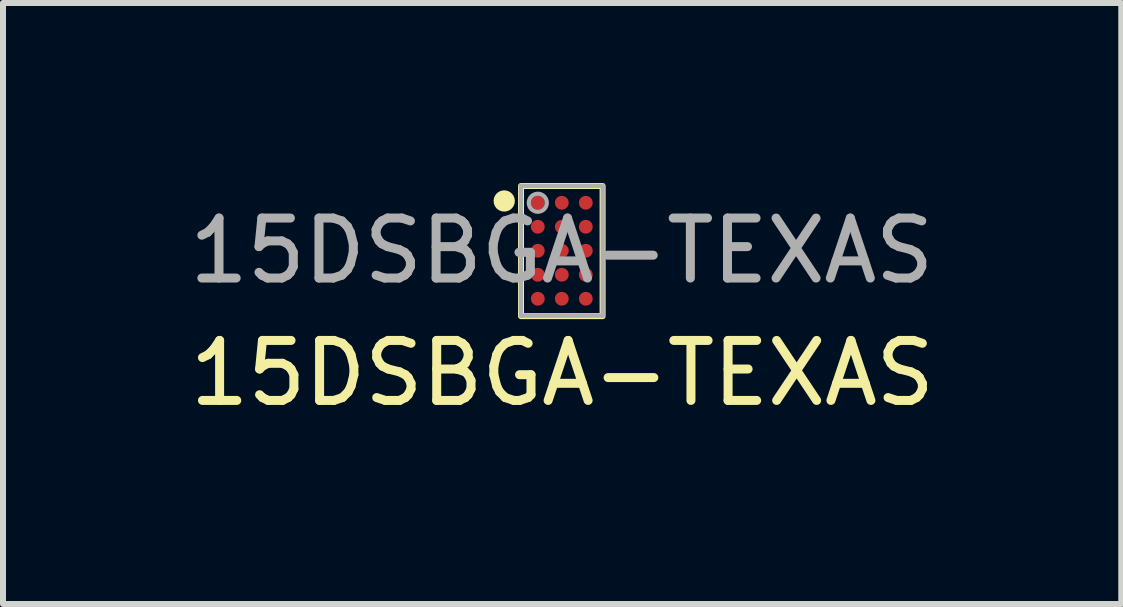
<source format=kicad_pcb>
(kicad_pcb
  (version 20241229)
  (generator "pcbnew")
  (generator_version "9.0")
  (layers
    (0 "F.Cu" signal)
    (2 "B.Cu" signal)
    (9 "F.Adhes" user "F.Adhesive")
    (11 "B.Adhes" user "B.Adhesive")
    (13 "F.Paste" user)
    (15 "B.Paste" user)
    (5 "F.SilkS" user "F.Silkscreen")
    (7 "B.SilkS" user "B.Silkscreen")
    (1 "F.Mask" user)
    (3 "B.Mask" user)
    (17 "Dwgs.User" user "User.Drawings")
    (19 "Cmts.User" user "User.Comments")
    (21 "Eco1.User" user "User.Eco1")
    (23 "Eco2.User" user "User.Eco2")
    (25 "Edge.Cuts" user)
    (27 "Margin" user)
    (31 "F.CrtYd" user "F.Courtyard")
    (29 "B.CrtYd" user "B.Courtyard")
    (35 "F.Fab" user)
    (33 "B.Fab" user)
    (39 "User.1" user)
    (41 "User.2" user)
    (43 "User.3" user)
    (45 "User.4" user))
  (footprint "15DSBGA-TEXAS"
    (layer "F.Cu")
    (at 6.315 1.13)
    (property "Reference" "15DSBGA-TEXAS" (at 0.01 2.04 0) (unlocked yes) (layer "F.SilkS") (effects (font (size 1 1) (thickness 0.15))))
    (attr smd)
    (fp_rect (start -0.68 -1.08) (end 0.68 1.09) (stroke (width 0.1) (type default)) (fill no) (layer "F.SilkS"))
    (fp_circle (center -0.96 -0.83) (end -0.833 -0.83) (stroke (width 0.1) (type solid)) (fill yes) (layer "F.SilkS"))
    (fp_poly (pts (xy -0.525 -0.725) (xy -0.525 -0.875) (xy -0.475 -0.925) (xy -0.325 -0.925) (xy -0.275 -0.875) (xy -0.275 -0.725) (xy -0.325 -0.675) (xy -0.475 -0.675)) (stroke (width 0) (type solid)) (fill yes) (layer "F.Paste"))
    (fp_poly (pts (xy -0.525 -0.325) (xy -0.525 -0.475) (xy -0.475 -0.525) (xy -0.325 -0.525) (xy -0.275 -0.475) (xy -0.275 -0.325) (xy -0.325 -0.275) (xy -0.475 -0.275)) (stroke (width 0) (type solid)) (fill yes) (layer "F.Paste"))
    (fp_poly (pts (xy -0.525 0.075) (xy -0.525 -0.075) (xy -0.475 -0.125) (xy -0.325 -0.125) (xy -0.275 -0.075) (xy -0.275 0.075) (xy -0.325 0.125) (xy -0.475 0.125)) (stroke (width 0) (type solid)) (fill yes) (layer "F.Paste"))
    (fp_poly (pts (xy -0.525 0.475) (xy -0.525 0.325) (xy -0.475 0.275) (xy -0.325 0.275) (xy -0.275 0.325) (xy -0.275 0.475) (xy -0.325 0.525) (xy -0.475 0.525)) (stroke (width 0) (type solid)) (fill yes) (layer "F.Paste"))
    (fp_poly (pts (xy -0.525 0.875) (xy -0.525 0.725) (xy -0.475 0.675) (xy -0.325 0.675) (xy -0.275 0.725) (xy -0.275 0.875) (xy -0.325 0.925) (xy -0.475 0.925)) (stroke (width 0) (type solid)) (fill yes) (layer "F.Paste"))
    (fp_poly (pts (xy -0.125 -0.725) (xy -0.125 -0.875) (xy -0.075 -0.925) (xy 0.075 -0.925) (xy 0.125 -0.875) (xy 0.125 -0.725) (xy 0.075 -0.675) (xy -0.075 -0.675)) (stroke (width 0) (type solid)) (fill yes) (layer "F.Paste"))
    (fp_poly (pts (xy -0.125 -0.325) (xy -0.125 -0.475) (xy -0.075 -0.525) (xy 0.075 -0.525) (xy 0.125 -0.475) (xy 0.125 -0.325) (xy 0.075 -0.275) (xy -0.075 -0.275)) (stroke (width 0) (type solid)) (fill yes) (layer "F.Paste"))
    (fp_poly (pts (xy -0.125 0.075) (xy -0.125 -0.075) (xy -0.075 -0.125) (xy 0.075 -0.125) (xy 0.125 -0.075) (xy 0.125 0.075) (xy 0.075 0.125) (xy -0.075 0.125)) (stroke (width 0) (type solid)) (fill yes) (layer "F.Paste"))
    (fp_poly (pts (xy -0.125 0.475) (xy -0.125 0.325) (xy -0.075 0.275) (xy 0.075 0.275) (xy 0.125 0.325) (xy 0.125 0.475) (xy 0.075 0.525) (xy -0.075 0.525)) (stroke (width 0) (type solid)) (fill yes) (layer "F.Paste"))
    (fp_poly (pts (xy -0.125 0.875) (xy -0.125 0.725) (xy -0.075 0.675) (xy 0.075 0.675) (xy 0.125 0.725) (xy 0.125 0.875) (xy 0.075 0.925) (xy -0.075 0.925)) (stroke (width 0) (type solid)) (fill yes) (layer "F.Paste"))
    (fp_poly (pts (xy 0.275 -0.725) (xy 0.275 -0.875) (xy 0.325 -0.925) (xy 0.475 -0.925) (xy 0.525 -0.875) (xy 0.525 -0.725) (xy 0.475 -0.675) (xy 0.325 -0.675)) (stroke (width 0) (type solid)) (fill yes) (layer "F.Paste"))
    (fp_poly (pts (xy 0.275 -0.325) (xy 0.275 -0.475) (xy 0.325 -0.525) (xy 0.475 -0.525) (xy 0.525 -0.475) (xy 0.525 -0.325) (xy 0.475 -0.275) (xy 0.325 -0.275)) (stroke (width 0) (type solid)) (fill yes) (layer "F.Paste"))
    (fp_poly (pts (xy 0.275 0.075) (xy 0.275 -0.075) (xy 0.325 -0.125) (xy 0.475 -0.125) (xy 0.525 -0.075) (xy 0.525 0.075) (xy 0.475 0.125) (xy 0.325 0.125)) (stroke (width 0) (type solid)) (fill yes) (layer "F.Paste"))
    (fp_poly (pts (xy 0.275 0.475) (xy 0.275 0.325) (xy 0.325 0.275) (xy 0.475 0.275) (xy 0.525 0.325) (xy 0.525 0.475) (xy 0.475 0.525) (xy 0.325 0.525)) (stroke (width 0) (type solid)) (fill yes) (layer "F.Paste"))
    (fp_poly (pts (xy 0.275 0.875) (xy 0.275 0.725) (xy 0.325 0.675) (xy 0.475 0.675) (xy 0.525 0.725) (xy 0.525 0.875) (xy 0.475 0.925) (xy 0.325 0.925)) (stroke (width 0) (type solid)) (fill yes) (layer "F.Paste"))
    (fp_line (start -0.682 -1.082) (end 0.682 -1.082) (stroke (width 0.07) (type solid)) (layer "F.Fab"))
    (fp_line (start -0.682 1.082) (end -0.682 -1.082) (stroke (width 0.07) (type solid)) (layer "F.Fab"))
    (fp_line (start -0.682 1.082) (end 0.682 1.082) (stroke (width 0.07) (type solid)) (layer "F.Fab"))
    (fp_line (start 0.682 1.082) (end 0.682 -1.082) (stroke (width 0.07) (type solid)) (layer "F.Fab"))
    (fp_circle (center -0.4 -0.8) (end -0.25 -0.8) (stroke (width 0.07) (type solid)) (fill no) (layer "F.Fab"))
    (fp_text user "${REFERENCE}" (at 0 0 0) (unlocked yes) (layer "F.Fab") (effects (font (size 1 1) (thickness 0.15))))
    (pad "A1" smd circle (at -0.4 -0.8) (size 0.23 0.23) (layers "F.Cu" "F.Mask"))
    (pad "A2" smd circle (at 0.000003 -0.8) (size 0.23 0.23) (layers "F.Cu" "F.Mask"))
    (pad "A3" smd circle (at 0.4 -0.8) (size 0.23 0.23) (layers "F.Cu" "F.Mask"))
    (pad "B1" smd circle (at -0.4 -0.4) (size 0.23 0.23) (layers "F.Cu" "F.Mask"))
    (pad "B2" smd circle (at 0.000003 -0.4) (size 0.23 0.23) (layers "F.Cu" "F.Mask"))
    (pad "B3" smd circle (at 0.4 -0.4) (size 0.23 0.23) (layers "F.Cu" "F.Mask"))
    (pad "C1" smd circle (at -0.4 0) (size 0.23 0.23) (layers "F.Cu" "F.Mask"))
    (pad "C2" smd circle (at 0.000003 0) (size 0.23 0.23) (layers "F.Cu" "F.Mask"))
    (pad "C3" smd circle (at 0.4 0) (size 0.23 0.23) (layers "F.Cu" "F.Mask"))
    (pad "D1" smd circle (at -0.4 0.4) (size 0.23 0.23) (layers "F.Cu" "F.Mask"))
    (pad "D2" smd circle (at 0.000003 0.4) (size 0.23 0.23) (layers "F.Cu" "F.Mask"))
    (pad "D3" smd circle (at 0.4 0.4) (size 0.23 0.23) (layers "F.Cu" "F.Mask"))
    (pad "E1" smd circle (at -0.4 0.8) (size 0.23 0.23) (layers "F.Cu" "F.Mask"))
    (pad "E2" smd circle (at 0.000003 0.8) (size 0.23 0.23) (layers "F.Cu" "F.Mask"))
    (pad "E3" smd circle (at 0.4 0.8) (size 0.23 0.23) (layers "F.Cu" "F.Mask")))
  (gr_rect
    (start -3 -3)
    (end 15.641 7.018)
    (stroke (width 0.1) (type default))
    (fill no)
    (layer "Edge.Cuts")))
</source>
